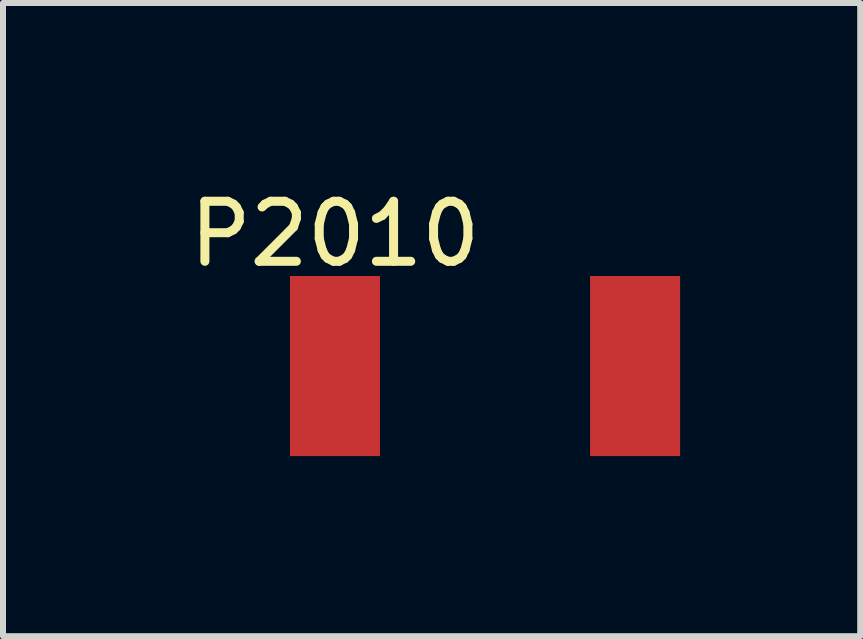
<source format=kicad_pcb>
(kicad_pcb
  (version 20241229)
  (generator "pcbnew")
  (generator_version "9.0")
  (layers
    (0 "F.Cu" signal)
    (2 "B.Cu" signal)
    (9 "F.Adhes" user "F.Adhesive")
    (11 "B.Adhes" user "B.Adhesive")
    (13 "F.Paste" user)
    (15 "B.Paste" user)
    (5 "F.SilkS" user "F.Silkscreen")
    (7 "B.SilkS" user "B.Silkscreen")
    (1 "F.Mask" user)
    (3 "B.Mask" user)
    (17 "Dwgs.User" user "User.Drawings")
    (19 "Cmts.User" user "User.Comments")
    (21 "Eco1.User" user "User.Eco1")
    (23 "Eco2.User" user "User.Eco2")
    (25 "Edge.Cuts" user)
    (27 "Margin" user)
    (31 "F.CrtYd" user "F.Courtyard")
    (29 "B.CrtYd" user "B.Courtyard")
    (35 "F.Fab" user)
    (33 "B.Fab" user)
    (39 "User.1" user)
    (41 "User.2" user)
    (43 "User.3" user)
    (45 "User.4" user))
  (footprint "P2010"
    (layer "F.Cu")
    (at 5.03 3.048)
    (property "Reference" "P2010" (at -2.5 -2.2 0) (layer "F.SilkS") (effects (font (size 1 1) (thickness 0.15))))
    (attr through_hole)
    (pad "1" smd rect (at -2.5 0) (size 1.5 3) (layers "F.Cu" "F.Mask" "F.Paste"))
    (pad "2" smd rect (at 2.5 0) (size 1.5 3) (layers "F.Cu" "F.Mask" "F.Paste")))
  (gr_rect
    (start -3 -3)
    (end 11.28 7.548)
    (stroke (width 0.1) (type default))
    (fill no)
    (layer "Edge.Cuts")))
</source>
